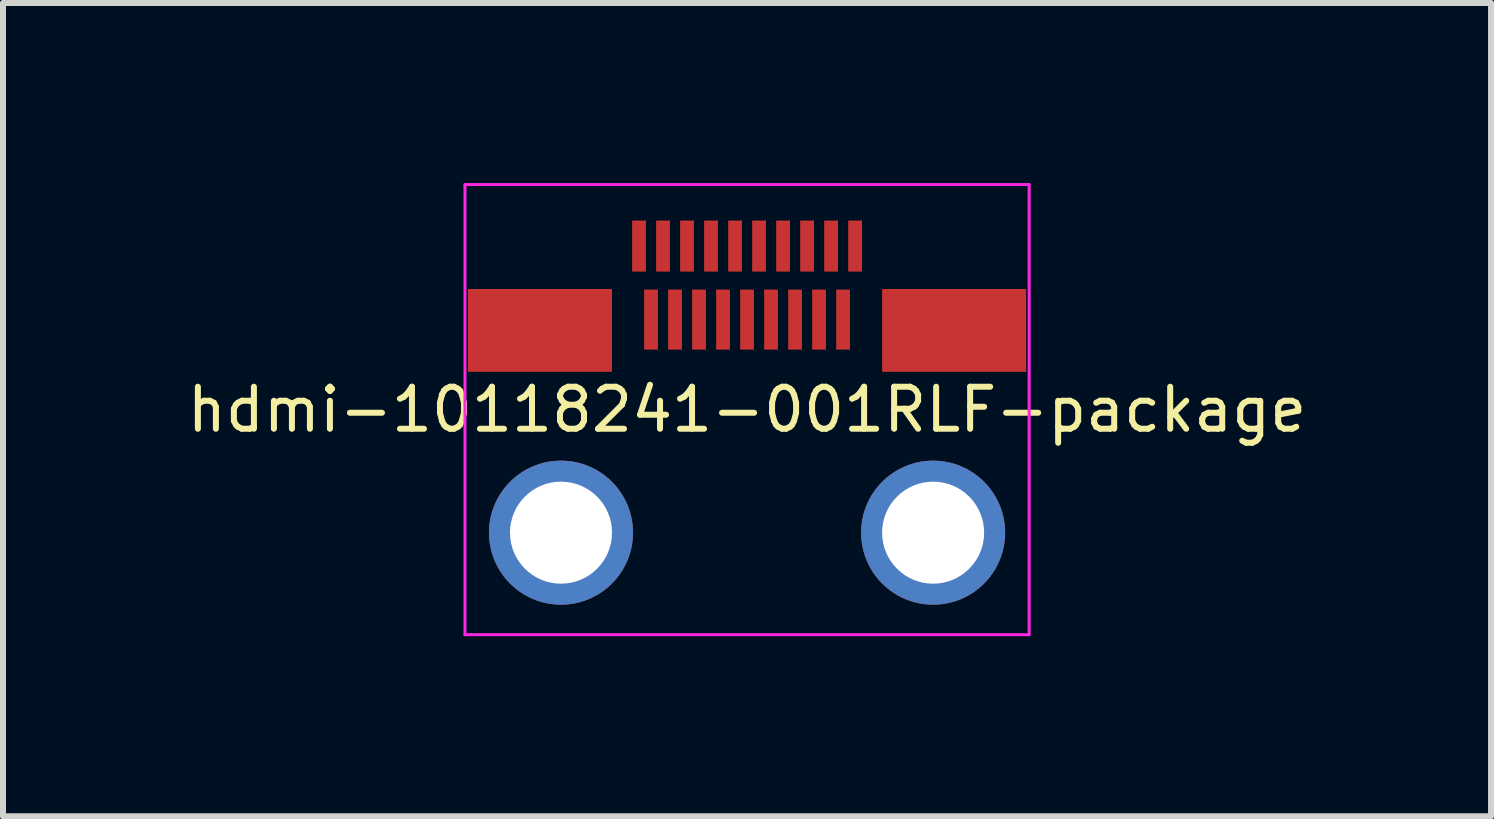
<source format=kicad_pcb>
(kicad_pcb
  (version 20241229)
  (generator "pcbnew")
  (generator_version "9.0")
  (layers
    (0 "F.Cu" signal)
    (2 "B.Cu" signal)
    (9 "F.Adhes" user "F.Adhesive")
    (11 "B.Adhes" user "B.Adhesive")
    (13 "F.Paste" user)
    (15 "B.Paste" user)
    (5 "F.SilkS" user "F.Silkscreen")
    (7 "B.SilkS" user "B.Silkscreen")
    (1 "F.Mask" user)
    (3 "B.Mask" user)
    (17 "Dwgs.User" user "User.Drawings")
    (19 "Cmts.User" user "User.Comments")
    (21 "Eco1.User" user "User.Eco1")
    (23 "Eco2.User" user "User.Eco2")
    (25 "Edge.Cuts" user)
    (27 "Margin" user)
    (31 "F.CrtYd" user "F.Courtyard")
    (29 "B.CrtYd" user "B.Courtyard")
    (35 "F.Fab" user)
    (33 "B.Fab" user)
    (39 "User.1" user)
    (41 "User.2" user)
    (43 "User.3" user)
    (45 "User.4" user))
  (footprint "hdmi-10118241-001RLF-package"
    (layer "F.Cu")
    (at 9.397 3.775)
    (property "Reference" "hdmi-10118241-001RLF-package" (at 0 0 0) (layer "F.SilkS") (effects (font (size 0.7 0.7) (thickness 0.1))))
    (attr through_hole)
    (fp_poly (pts (xy -4.65 -0.63) (xy -2.25 -0.63) (xy -2.25 -2.01) (xy -4.65 -2.01)) (stroke (width 0) (type solid)) (fill yes) (layer "F.Mask"))
    (fp_poly (pts (xy -1.915 -2.3) (xy -1.685 -2.3) (xy -1.685 -3.15) (xy -1.915 -3.15)) (stroke (width 0) (type solid)) (fill yes) (layer "F.Mask"))
    (fp_poly (pts (xy -1.715 -1) (xy -1.485 -1) (xy -1.485 -2) (xy -1.715 -2)) (stroke (width 0) (type solid)) (fill yes) (layer "F.Mask"))
    (fp_poly (pts (xy -1.515 -2.3) (xy -1.285 -2.3) (xy -1.285 -3.15) (xy -1.515 -3.15)) (stroke (width 0) (type solid)) (fill yes) (layer "F.Mask"))
    (fp_poly (pts (xy -1.315 -1) (xy -1.085 -1) (xy -1.085 -2) (xy -1.315 -2)) (stroke (width 0) (type solid)) (fill yes) (layer "F.Mask"))
    (fp_poly (pts (xy -1.115 -2.3) (xy -0.885 -2.3) (xy -0.885 -3.15) (xy -1.115 -3.15)) (stroke (width 0) (type solid)) (fill yes) (layer "F.Mask"))
    (fp_poly (pts (xy -0.915 -1) (xy -0.685 -1) (xy -0.685 -2) (xy -0.915 -2)) (stroke (width 0) (type solid)) (fill yes) (layer "F.Mask"))
    (fp_poly (pts (xy -0.715 -2.3) (xy -0.485 -2.3) (xy -0.485 -3.15) (xy -0.715 -3.15)) (stroke (width 0) (type solid)) (fill yes) (layer "F.Mask"))
    (fp_poly (pts (xy -0.515 -1) (xy -0.285 -1) (xy -0.285 -2) (xy -0.515 -2)) (stroke (width 0) (type solid)) (fill yes) (layer "F.Mask"))
    (fp_poly (pts (xy -0.315 -2.3) (xy -0.085 -2.3) (xy -0.085 -3.15) (xy -0.315 -3.15)) (stroke (width 0) (type solid)) (fill yes) (layer "F.Mask"))
    (fp_poly (pts (xy -0.115 -1) (xy 0.115 -1) (xy 0.115 -2) (xy -0.115 -2)) (stroke (width 0) (type solid)) (fill yes) (layer "F.Mask"))
    (fp_poly (pts (xy 0.085 -2.3) (xy 0.315 -2.3) (xy 0.315 -3.15) (xy 0.085 -3.15)) (stroke (width 0) (type solid)) (fill yes) (layer "F.Mask"))
    (fp_poly (pts (xy 0.285 -1) (xy 0.515 -1) (xy 0.515 -2) (xy 0.285 -2)) (stroke (width 0) (type solid)) (fill yes) (layer "F.Mask"))
    (fp_poly (pts (xy 0.485 -2.3) (xy 0.715 -2.3) (xy 0.715 -3.15) (xy 0.485 -3.15)) (stroke (width 0) (type solid)) (fill yes) (layer "F.Mask"))
    (fp_poly (pts (xy 0.685 -1) (xy 0.915 -1) (xy 0.915 -2) (xy 0.685 -2)) (stroke (width 0) (type solid)) (fill yes) (layer "F.Mask"))
    (fp_poly (pts (xy 0.885 -2.3) (xy 1.115 -2.3) (xy 1.115 -3.15) (xy 0.885 -3.15)) (stroke (width 0) (type solid)) (fill yes) (layer "F.Mask"))
    (fp_poly (pts (xy 1.085 -1) (xy 1.315 -1) (xy 1.315 -2) (xy 1.085 -2)) (stroke (width 0) (type solid)) (fill yes) (layer "F.Mask"))
    (fp_poly (pts (xy 1.285 -2.3) (xy 1.515 -2.3) (xy 1.515 -3.15) (xy 1.285 -3.15)) (stroke (width 0) (type solid)) (fill yes) (layer "F.Mask"))
    (fp_poly (pts (xy 1.485 -1) (xy 1.715 -1) (xy 1.715 -2) (xy 1.485 -2)) (stroke (width 0) (type solid)) (fill yes) (layer "F.Mask"))
    (fp_poly (pts (xy 1.685 -2.3) (xy 1.915 -2.3) (xy 1.915 -3.15) (xy 1.685 -3.15)) (stroke (width 0) (type solid)) (fill yes) (layer "F.Mask"))
    (fp_poly (pts (xy 2.25 -0.63) (xy 4.65 -0.63) (xy 4.65 -2.01) (xy 2.25 -2.01)) (stroke (width 0) (type solid)) (fill yes) (layer "F.Mask"))
    (fp_poly (pts (xy -4.65 -0.63) (xy -2.25 -0.63) (xy -2.25 -2.01) (xy -4.65 -2.01)) (stroke (width 0) (type solid)) (fill yes) (layer "F.Paste"))
    (fp_poly (pts (xy -1.915 -2.3) (xy -1.685 -2.3) (xy -1.685 -3.15) (xy -1.915 -3.15)) (stroke (width 0) (type solid)) (fill yes) (layer "F.Paste"))
    (fp_poly (pts (xy -1.715 -1) (xy -1.485 -1) (xy -1.485 -2) (xy -1.715 -2)) (stroke (width 0) (type solid)) (fill yes) (layer "F.Paste"))
    (fp_poly (pts (xy -1.515 -2.3) (xy -1.285 -2.3) (xy -1.285 -3.15) (xy -1.515 -3.15)) (stroke (width 0) (type solid)) (fill yes) (layer "F.Paste"))
    (fp_poly (pts (xy -1.315 -1) (xy -1.085 -1) (xy -1.085 -2) (xy -1.315 -2)) (stroke (width 0) (type solid)) (fill yes) (layer "F.Paste"))
    (fp_poly (pts (xy -1.115 -2.3) (xy -0.885 -2.3) (xy -0.885 -3.15) (xy -1.115 -3.15)) (stroke (width 0) (type solid)) (fill yes) (layer "F.Paste"))
    (fp_poly (pts (xy -0.915 -1) (xy -0.685 -1) (xy -0.685 -2) (xy -0.915 -2)) (stroke (width 0) (type solid)) (fill yes) (layer "F.Paste"))
    (fp_poly (pts (xy -0.715 -2.3) (xy -0.485 -2.3) (xy -0.485 -3.15) (xy -0.715 -3.15)) (stroke (width 0) (type solid)) (fill yes) (layer "F.Paste"))
    (fp_poly (pts (xy -0.515 -1) (xy -0.285 -1) (xy -0.285 -2) (xy -0.515 -2)) (stroke (width 0) (type solid)) (fill yes) (layer "F.Paste"))
    (fp_poly (pts (xy -0.315 -2.3) (xy -0.085 -2.3) (xy -0.085 -3.15) (xy -0.315 -3.15)) (stroke (width 0) (type solid)) (fill yes) (layer "F.Paste"))
    (fp_poly (pts (xy -0.115 -1) (xy 0.115 -1) (xy 0.115 -2) (xy -0.115 -2)) (stroke (width 0) (type solid)) (fill yes) (layer "F.Paste"))
    (fp_poly (pts (xy 0.085 -2.3) (xy 0.315 -2.3) (xy 0.315 -3.15) (xy 0.085 -3.15)) (stroke (width 0) (type solid)) (fill yes) (layer "F.Paste"))
    (fp_poly (pts (xy 0.285 -1) (xy 0.515 -1) (xy 0.515 -2) (xy 0.285 -2)) (stroke (width 0) (type solid)) (fill yes) (layer "F.Paste"))
    (fp_poly (pts (xy 0.485 -2.3) (xy 0.715 -2.3) (xy 0.715 -3.15) (xy 0.485 -3.15)) (stroke (width 0) (type solid)) (fill yes) (layer "F.Paste"))
    (fp_poly (pts (xy 0.685 -1) (xy 0.915 -1) (xy 0.915 -2) (xy 0.685 -2)) (stroke (width 0) (type solid)) (fill yes) (layer "F.Paste"))
    (fp_poly (pts (xy 0.885 -2.3) (xy 1.115 -2.3) (xy 1.115 -3.15) (xy 0.885 -3.15)) (stroke (width 0) (type solid)) (fill yes) (layer "F.Paste"))
    (fp_poly (pts (xy 1.085 -1) (xy 1.315 -1) (xy 1.315 -2) (xy 1.085 -2)) (stroke (width 0) (type solid)) (fill yes) (layer "F.Paste"))
    (fp_poly (pts (xy 1.285 -2.3) (xy 1.515 -2.3) (xy 1.515 -3.15) (xy 1.285 -3.15)) (stroke (width 0) (type solid)) (fill yes) (layer "F.Paste"))
    (fp_poly (pts (xy 1.485 -1) (xy 1.715 -1) (xy 1.715 -2) (xy 1.485 -2)) (stroke (width 0) (type solid)) (fill yes) (layer "F.Paste"))
    (fp_poly (pts (xy 1.685 -2.3) (xy 1.915 -2.3) (xy 1.915 -3.15) (xy 1.685 -3.15)) (stroke (width 0) (type solid)) (fill yes) (layer "F.Paste"))
    (fp_poly (pts (xy 2.25 -0.63) (xy 4.65 -0.63) (xy 4.65 -2.01) (xy 2.25 -2.01)) (stroke (width 0) (type solid)) (fill yes) (layer "F.Paste"))
    (fp_line (start -4.7 -3.75) (end -4.7 3.75) (stroke (width 0.05) (type solid)) (layer "F.CrtYd"))
    (fp_line (start -4.7 3.75) (end 4.7 3.75) (stroke (width 0.05) (type solid)) (layer "F.CrtYd"))
    (fp_line (start 4.7 -3.75) (end -4.7 -3.75) (stroke (width 0.05) (type solid)) (layer "F.CrtYd"))
    (fp_line (start 4.7 3.75) (end 4.7 -3.75) (stroke (width 0.05) (type solid)) (layer "F.CrtYd"))
    (pad "1" smd rect (at -1.8 -2.725) (size 0.23 0.85) (layers "F.Cu"))
    (pad "2" smd rect (at -1.6 -1.5) (size 0.23 1) (layers "F.Cu"))
    (pad "3" smd rect (at -1.4 -2.725) (size 0.23 0.85) (layers "F.Cu"))
    (pad "4" smd rect (at -1.2 -1.5) (size 0.23 1) (layers "F.Cu"))
    (pad "5" smd rect (at -1 -2.725) (size 0.23 0.85) (layers "F.Cu"))
    (pad "6" smd rect (at -0.8 -1.5) (size 0.23 1) (layers "F.Cu"))
    (pad "7" smd rect (at -0.6 -2.725) (size 0.23 0.85) (layers "F.Cu"))
    (pad "8" smd rect (at -0.4 -1.5) (size 0.23 1) (layers "F.Cu"))
    (pad "9" smd rect (at -0.2 -2.725) (size 0.23 0.85) (layers "F.Cu"))
    (pad "10" smd rect (at 0 -1.5) (size 0.23 1) (layers "F.Cu"))
    (pad "11" smd rect (at 0.2 -2.725) (size 0.23 0.85) (layers "F.Cu"))
    (pad "12" smd rect (at 0.4 -1.5) (size 0.23 1) (layers "F.Cu"))
    (pad "13" smd rect (at 0.6 -2.725) (size 0.23 0.85) (layers "F.Cu"))
    (pad "14" smd rect (at 0.8 -1.5) (size 0.23 1) (layers "F.Cu"))
    (pad "15" smd rect (at 1 -2.725) (size 0.23 0.85) (layers "F.Cu"))
    (pad "16" smd rect (at 1.2 -1.5) (size 0.23 1) (layers "F.Cu"))
    (pad "17" smd rect (at 1.4 -2.725) (size 0.23 0.85) (layers "F.Cu"))
    (pad "18" smd rect (at 1.6 -1.5) (size 0.23 1) (layers "F.Cu"))
    (pad "19" smd rect (at 1.8 -2.725) (size 0.23 0.85) (layers "F.Cu"))
    (pad "20" thru_hole circle (at -3.1 2.05) (size 2.4 2.4) (drill 1.7) (layers "*.Cu" "*.Mask"))
    (pad "21" thru_hole circle (at 3.1 2.05) (size 2.4 2.4) (drill 1.7) (layers "*.Cu" "*.Mask"))
    (pad "22" smd rect (at -3.45 -1.32) (size 2.4 1.38) (layers "F.Cu"))
    (pad "23" smd rect (at 3.45 -1.32) (size 2.4 1.38) (layers "F.Cu")))
  (gr_rect
    (start -3 -3)
    (end 21.793 10.55)
    (stroke (width 0.1) (type default))
    (fill no)
    (layer "Edge.Cuts")))
</source>
